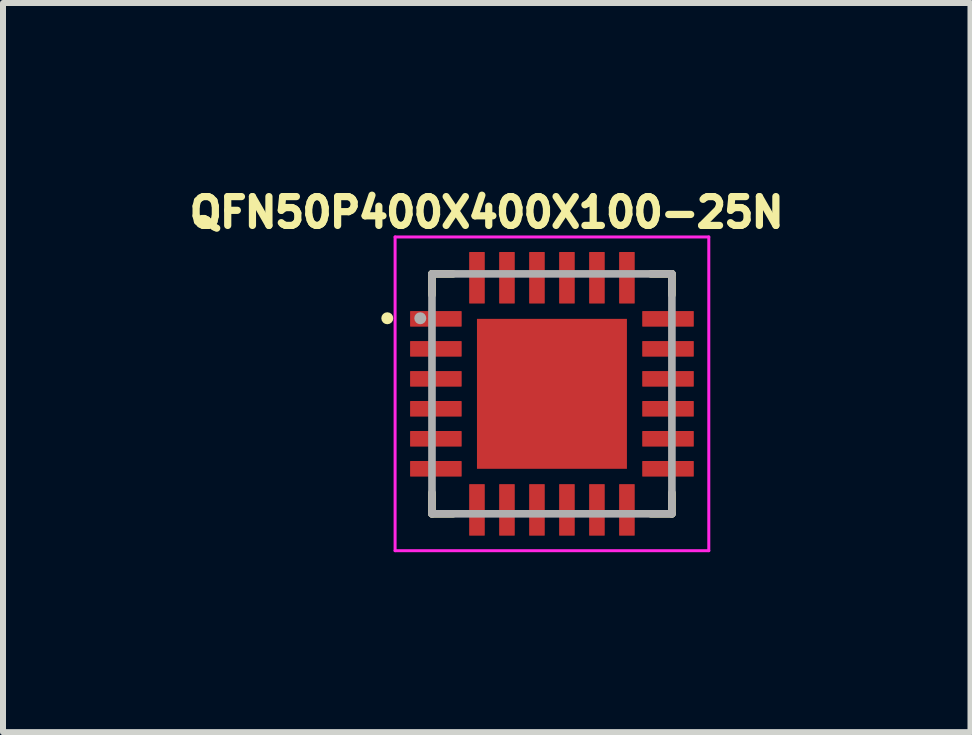
<source format=kicad_pcb>
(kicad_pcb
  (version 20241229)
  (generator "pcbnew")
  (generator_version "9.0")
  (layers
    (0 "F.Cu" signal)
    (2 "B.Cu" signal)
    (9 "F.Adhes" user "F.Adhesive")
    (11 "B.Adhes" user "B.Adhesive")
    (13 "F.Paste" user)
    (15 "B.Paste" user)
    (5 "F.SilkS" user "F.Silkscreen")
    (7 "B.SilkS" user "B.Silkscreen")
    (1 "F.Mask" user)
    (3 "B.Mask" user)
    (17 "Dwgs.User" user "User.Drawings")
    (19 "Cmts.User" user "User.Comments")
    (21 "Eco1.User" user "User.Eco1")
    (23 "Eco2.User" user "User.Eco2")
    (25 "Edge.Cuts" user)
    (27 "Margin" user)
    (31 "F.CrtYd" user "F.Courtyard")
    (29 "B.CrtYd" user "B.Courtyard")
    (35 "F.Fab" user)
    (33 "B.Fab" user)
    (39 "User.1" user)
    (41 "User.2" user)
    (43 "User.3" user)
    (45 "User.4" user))
  (footprint "QFN50P400X400X100-25N"
    (layer "F.Cu")
    (at 6.152 3.516)
    (property "Reference" "QFN50P400X400X100-25N" (at -1.088 -3.024 0) (layer "F.SilkS") (effects (font (size 0.481 0.481) (thickness 0.15))))
    (attr smd)
    (fp_line (start -2 -2) (end -2 -1.65) (stroke (width 0.127) (type solid)) (layer "F.SilkS"))
    (fp_line (start -2 -2) (end -1.65 -2) (stroke (width 0.127) (type solid)) (layer "F.SilkS"))
    (fp_line (start -2 2) (end -2 1.65) (stroke (width 0.127) (type solid)) (layer "F.SilkS"))
    (fp_line (start -2 2) (end -1.65 2) (stroke (width 0.127) (type solid)) (layer "F.SilkS"))
    (fp_line (start 2 -2) (end 1.65 -2) (stroke (width 0.127) (type solid)) (layer "F.SilkS"))
    (fp_line (start 2 -2) (end 2 -1.65) (stroke (width 0.127) (type solid)) (layer "F.SilkS"))
    (fp_line (start 2 2) (end 1.65 2) (stroke (width 0.127) (type solid)) (layer "F.SilkS"))
    (fp_line (start 2 2) (end 2 1.65) (stroke (width 0.127) (type solid)) (layer "F.SilkS"))
    (fp_circle (center -2.745 -1.26) (end -2.695 -1.26) (stroke (width 0.1) (type solid)) (fill no) (layer "F.SilkS"))
    (fp_poly (pts (xy -1.092 0.17) (xy -0.17 0.17) (xy -0.17 1.092) (xy -1.092 1.092)) (stroke (width 0.01) (type solid)) (fill yes) (layer "F.Paste"))
    (fp_poly (pts (xy -1.091 -1.09) (xy -0.17 -1.09) (xy -0.17 -0.17) (xy -1.091 -0.17)) (stroke (width 0.01) (type solid)) (fill yes) (layer "F.Paste"))
    (fp_poly (pts (xy 0.17 0.17) (xy 1.09 0.17) (xy 1.09 1.09) (xy 0.17 1.09)) (stroke (width 0.01) (type solid)) (fill yes) (layer "F.Paste"))
    (fp_poly (pts (xy 0.17 -1.09) (xy 1.09 -1.09) (xy 1.09 -0.17) (xy 0.17 -0.17)) (stroke (width 0.01) (type solid)) (fill yes) (layer "F.Paste"))
    (fp_line (start -2.615 -2.615) (end 2.615 -2.615) (stroke (width 0.05) (type solid)) (layer "F.CrtYd"))
    (fp_line (start -2.615 2.615) (end -2.615 -2.615) (stroke (width 0.05) (type solid)) (layer "F.CrtYd"))
    (fp_line (start -2.615 2.615) (end 2.615 2.615) (stroke (width 0.05) (type solid)) (layer "F.CrtYd"))
    (fp_line (start 2.615 2.615) (end 2.615 -2.615) (stroke (width 0.05) (type solid)) (layer "F.CrtYd"))
    (fp_line (start -2 2) (end -2 -2) (stroke (width 0.127) (type solid)) (layer "F.Fab"))
    (fp_line (start 2 -2) (end -2 -2) (stroke (width 0.127) (type solid)) (layer "F.Fab"))
    (fp_line (start 2 2) (end -2 2) (stroke (width 0.127) (type solid)) (layer "F.Fab"))
    (fp_line (start 2 2) (end 2 -2) (stroke (width 0.127) (type solid)) (layer "F.Fab"))
    (fp_circle (center -2.195 -1.26) (end -2.145 -1.26) (stroke (width 0.1) (type solid)) (fill no) (layer "F.Fab"))
    (pad "1" smd roundrect (at -1.935 -1.25) (size 0.86 0.26) (layers "F.Cu" "F.Mask" "F.Paste") (roundrect_rratio 0.035))
    (pad "2" smd roundrect (at -1.935 -0.75) (size 0.86 0.26) (layers "F.Cu" "F.Mask" "F.Paste") (roundrect_rratio 0.035))
    (pad "3" smd roundrect (at -1.935 -0.25) (size 0.86 0.26) (layers "F.Cu" "F.Mask" "F.Paste") (roundrect_rratio 0.035))
    (pad "4" smd roundrect (at -1.935 0.25) (size 0.86 0.26) (layers "F.Cu" "F.Mask" "F.Paste") (roundrect_rratio 0.035))
    (pad "5" smd roundrect (at -1.935 0.75) (size 0.86 0.26) (layers "F.Cu" "F.Mask" "F.Paste") (roundrect_rratio 0.035))
    (pad "6" smd roundrect (at -1.935 1.25) (size 0.86 0.26) (layers "F.Cu" "F.Mask" "F.Paste") (roundrect_rratio 0.035))
    (pad "7" smd roundrect (at -1.25 1.935) (size 0.26 0.86) (layers "F.Cu" "F.Mask" "F.Paste") (roundrect_rratio 0.035))
    (pad "8" smd roundrect (at -0.75 1.935) (size 0.26 0.86) (layers "F.Cu" "F.Mask" "F.Paste") (roundrect_rratio 0.035))
    (pad "9" smd roundrect (at -0.25 1.935) (size 0.26 0.86) (layers "F.Cu" "F.Mask" "F.Paste") (roundrect_rratio 0.035))
    (pad "10" smd roundrect (at 0.25 1.935) (size 0.26 0.86) (layers "F.Cu" "F.Mask" "F.Paste") (roundrect_rratio 0.035))
    (pad "11" smd roundrect (at 0.75 1.935) (size 0.26 0.86) (layers "F.Cu" "F.Mask" "F.Paste") (roundrect_rratio 0.035))
    (pad "12" smd roundrect (at 1.25 1.935) (size 0.26 0.86) (layers "F.Cu" "F.Mask" "F.Paste") (roundrect_rratio 0.035))
    (pad "13" smd roundrect (at 1.935 1.25) (size 0.86 0.26) (layers "F.Cu" "F.Mask" "F.Paste") (roundrect_rratio 0.035))
    (pad "14" smd roundrect (at 1.935 0.75) (size 0.86 0.26) (layers "F.Cu" "F.Mask" "F.Paste") (roundrect_rratio 0.035))
    (pad "15" smd roundrect (at 1.935 0.25) (size 0.86 0.26) (layers "F.Cu" "F.Mask" "F.Paste") (roundrect_rratio 0.035))
    (pad "16" smd roundrect (at 1.935 -0.25) (size 0.86 0.26) (layers "F.Cu" "F.Mask" "F.Paste") (roundrect_rratio 0.035))
    (pad "17" smd roundrect (at 1.935 -0.75) (size 0.86 0.26) (layers "F.Cu" "F.Mask" "F.Paste") (roundrect_rratio 0.035))
    (pad "18" smd roundrect (at 1.935 -1.25) (size 0.86 0.26) (layers "F.Cu" "F.Mask" "F.Paste") (roundrect_rratio 0.035))
    (pad "19" smd roundrect (at 1.25 -1.935) (size 0.26 0.86) (layers "F.Cu" "F.Mask" "F.Paste") (roundrect_rratio 0.035))
    (pad "20" smd roundrect (at 0.75 -1.935) (size 0.26 0.86) (layers "F.Cu" "F.Mask" "F.Paste") (roundrect_rratio 0.035))
    (pad "21" smd roundrect (at 0.25 -1.935) (size 0.26 0.86) (layers "F.Cu" "F.Mask" "F.Paste") (roundrect_rratio 0.035))
    (pad "22" smd roundrect (at -0.25 -1.935) (size 0.26 0.86) (layers "F.Cu" "F.Mask" "F.Paste") (roundrect_rratio 0.035))
    (pad "23" smd roundrect (at -0.75 -1.935) (size 0.26 0.86) (layers "F.Cu" "F.Mask" "F.Paste") (roundrect_rratio 0.035))
    (pad "24" smd roundrect (at -1.25 -1.935) (size 0.26 0.86) (layers "F.Cu" "F.Mask" "F.Paste") (roundrect_rratio 0.035))
    (pad "25" smd rect (at 0 0) (size 2.5 2.5) (layers "F.Cu" "F.Mask")))
  (gr_rect
    (start -3 -3)
    (end 13.13 9.156)
    (stroke (width 0.1) (type default))
    (fill no)
    (layer "Edge.Cuts")))
</source>
